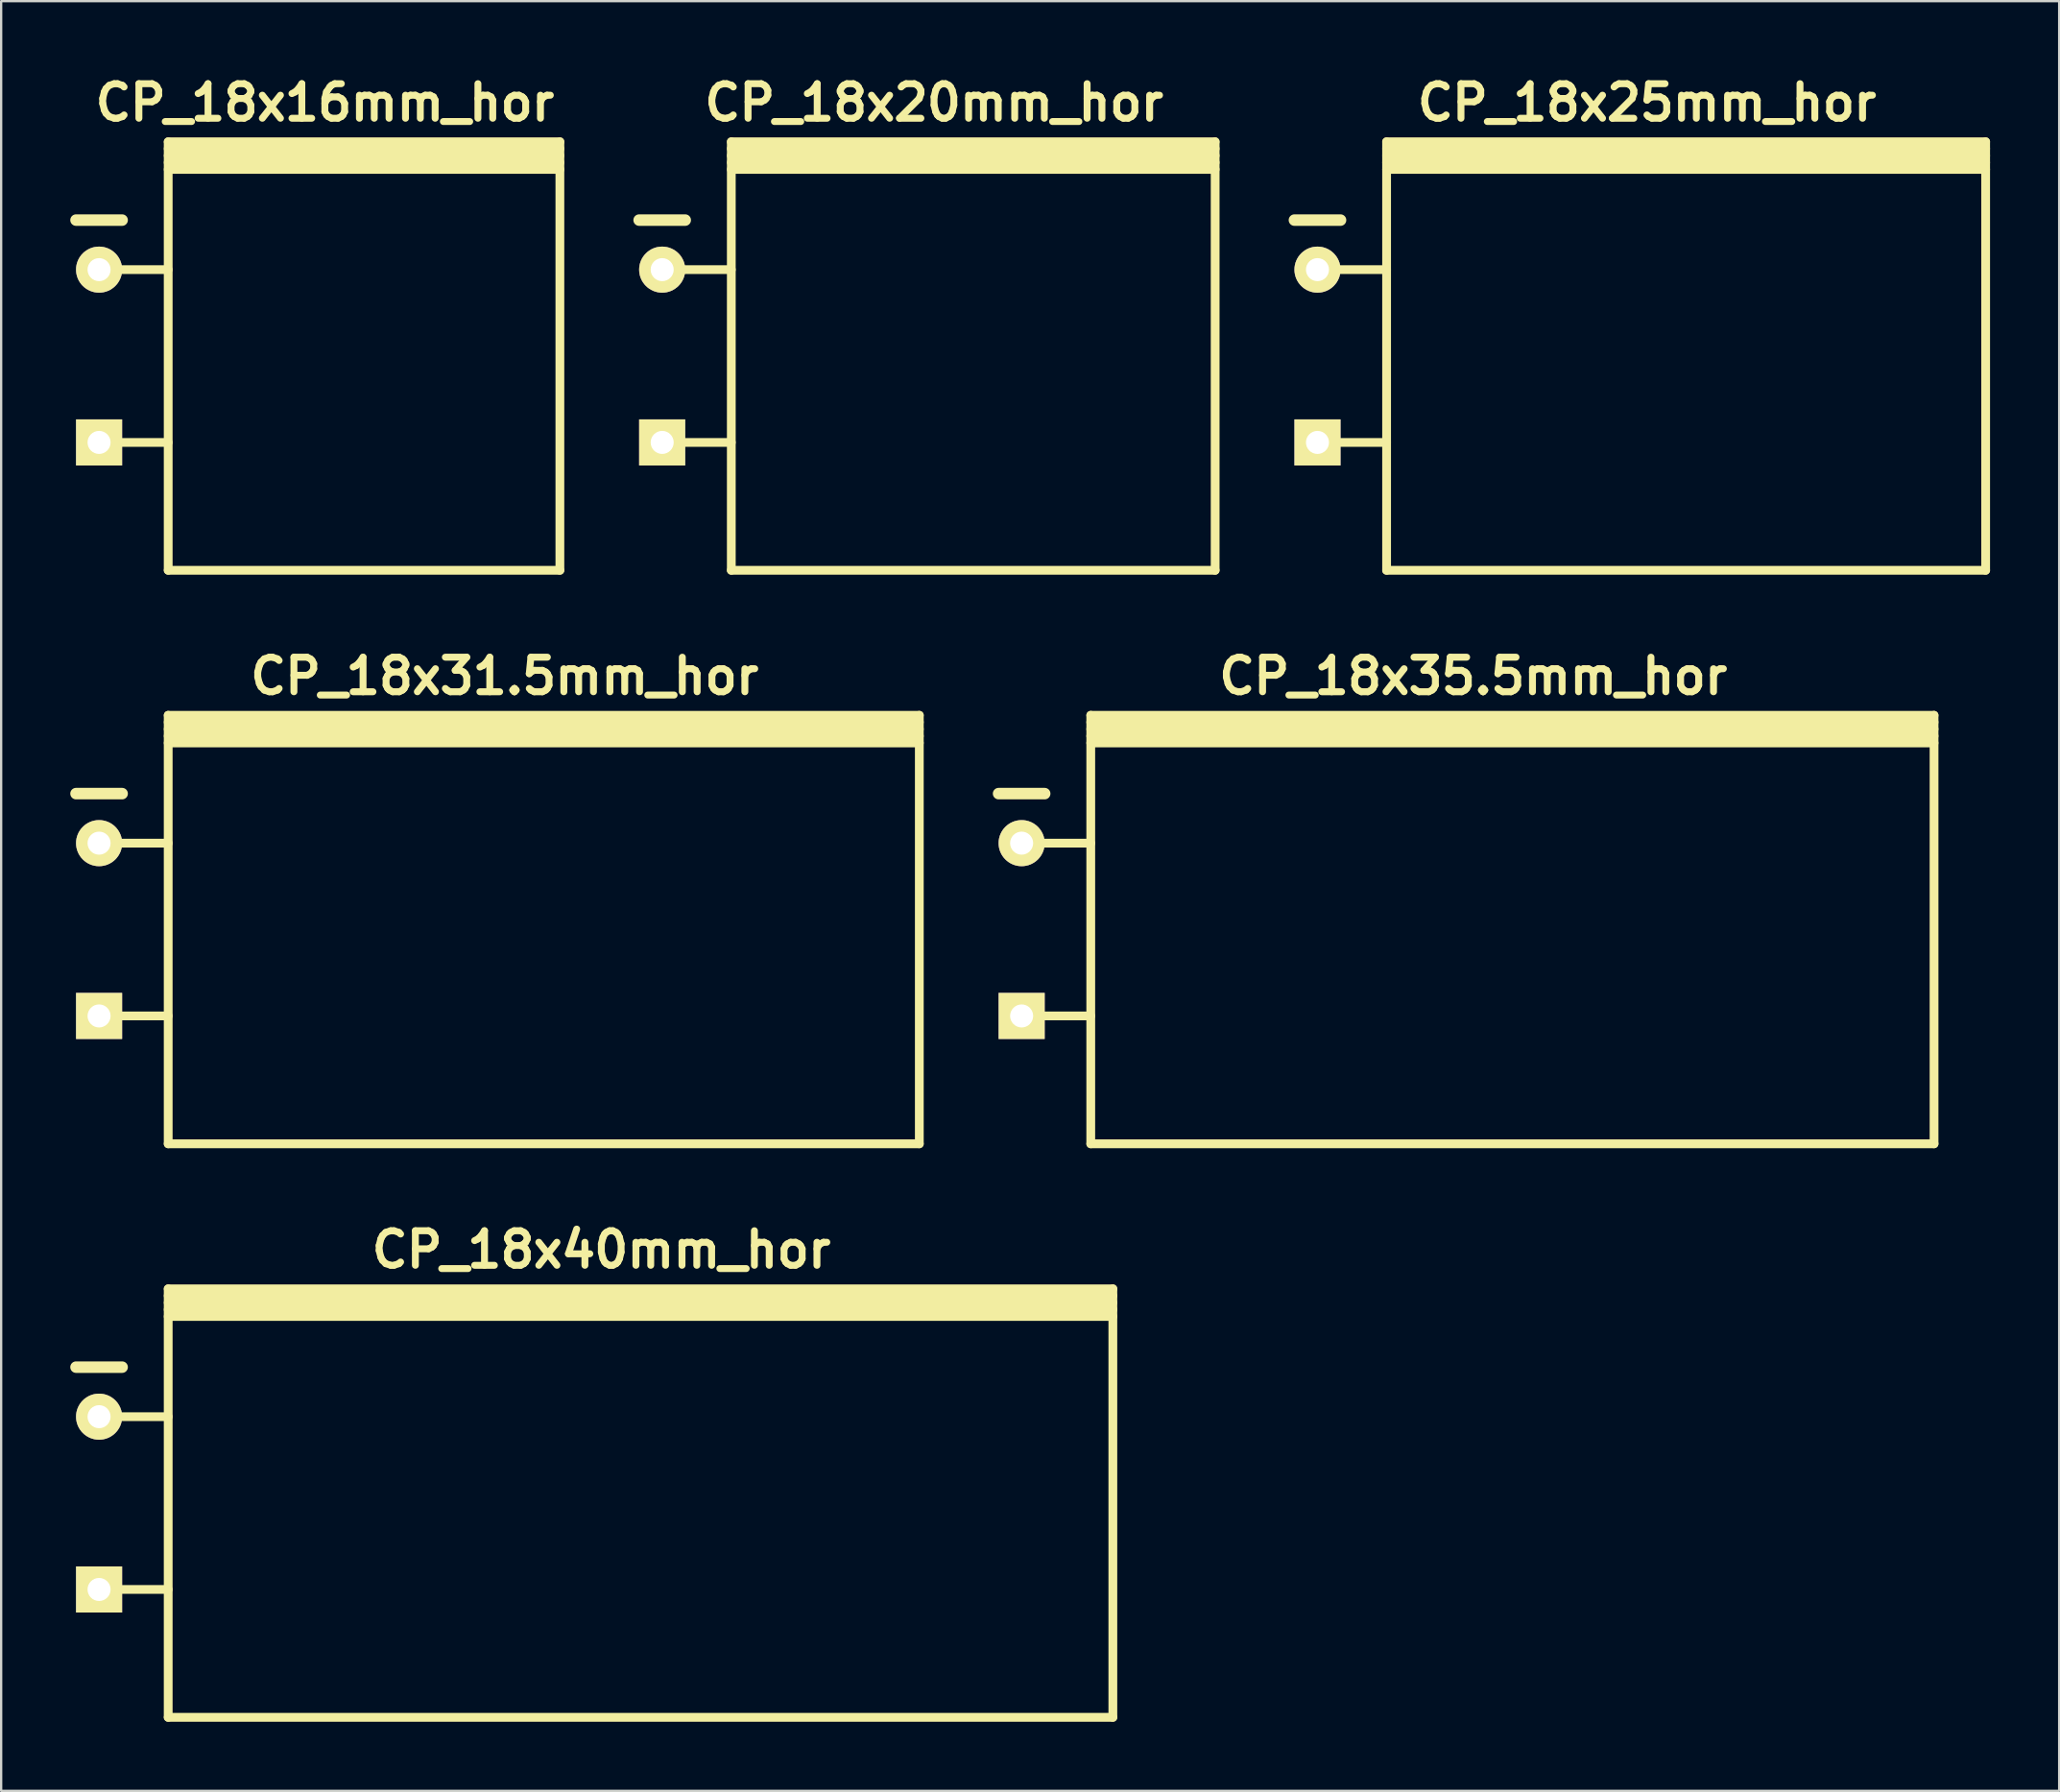
<source format=kicad_pcb>
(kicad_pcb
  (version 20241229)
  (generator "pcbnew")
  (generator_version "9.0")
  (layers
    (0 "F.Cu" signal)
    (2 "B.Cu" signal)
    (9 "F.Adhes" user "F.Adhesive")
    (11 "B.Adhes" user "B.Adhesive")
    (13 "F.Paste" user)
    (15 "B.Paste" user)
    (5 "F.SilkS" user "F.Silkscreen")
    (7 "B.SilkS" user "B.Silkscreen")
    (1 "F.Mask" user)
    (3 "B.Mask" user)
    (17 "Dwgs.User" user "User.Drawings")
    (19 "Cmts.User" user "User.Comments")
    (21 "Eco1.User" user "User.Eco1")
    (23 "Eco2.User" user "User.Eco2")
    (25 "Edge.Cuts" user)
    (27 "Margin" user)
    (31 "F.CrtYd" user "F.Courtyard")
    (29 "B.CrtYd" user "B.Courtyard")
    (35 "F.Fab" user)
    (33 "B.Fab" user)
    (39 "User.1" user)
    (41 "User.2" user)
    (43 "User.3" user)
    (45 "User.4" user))
  (footprint "CP_18x40mm_hor"
    (layer "F.Cu")
    (at 23.05 62.193)
    (property "Reference" "CP_18x40mm_hor" (at 0 -11 0) (layer "F.SilkS") (effects (font (size 1.5 1.5) (thickness 0.3))))
    (attr through_hole)
    (fp_line (start -22.8 -5.9) (end -20.8 -5.9) (stroke (width 0.5) (type solid)) (layer "F.SilkS"))
    (fp_line (start -21.8 -3.75) (end -18.8 -3.75) (stroke (width 0.381) (type solid)) (layer "F.SilkS"))
    (fp_line (start -21.8 3.75) (end -18.8 3.75) (stroke (width 0.381) (type solid)) (layer "F.SilkS"))
    (fp_line (start -18.8 -9) (end 22.2 -9) (stroke (width 0.381) (type solid)) (layer "F.SilkS"))
    (fp_line (start -18.8 -8.7) (end 22.2 -8.7) (stroke (width 0.381) (type solid)) (layer "F.SilkS"))
    (fp_line (start -18.8 -8.4) (end 22.2 -8.4) (stroke (width 0.381) (type solid)) (layer "F.SilkS"))
    (fp_line (start -18.8 -8.1) (end 22.2 -8.1) (stroke (width 0.381) (type solid)) (layer "F.SilkS"))
    (fp_line (start -18.8 9.3) (end -18.8 -9.3) (stroke (width 0.381) (type solid)) (layer "F.SilkS"))
    (fp_line (start 22.2 -9.3) (end -18.8 -9.3) (stroke (width 0.381) (type solid)) (layer "F.SilkS"))
    (fp_line (start 22.2 -9.3) (end 22.2 9.3) (stroke (width 0.381) (type solid)) (layer "F.SilkS"))
    (fp_line (start 22.2 9.3) (end -18.8 9.3) (stroke (width 0.381) (type solid)) (layer "F.SilkS"))
    (pad "1" thru_hole rect (at -21.8 3.75) (size 2 2) (drill 1) (layers "*.Cu" "*.Mask" "F.SilkS"))
    (pad "2" thru_hole circle (at -21.8 -3.75) (size 2 2) (drill 1) (layers "*.Cu" "*.Mask" "F.SilkS")))
  (footprint "CP_18x16mm_hor"
    (layer "F.Cu")
    (at 11.05 12.404)
    (property "Reference" "CP_18x16mm_hor" (at 0 -11 0) (layer "F.SilkS") (effects (font (size 1.5 1.5) (thickness 0.3))))
    (attr through_hole)
    (fp_line (start -10.8 -5.9) (end -8.8 -5.9) (stroke (width 0.5) (type solid)) (layer "F.SilkS"))
    (fp_line (start -9.8 -3.75) (end -6.8 -3.75) (stroke (width 0.381) (type solid)) (layer "F.SilkS"))
    (fp_line (start -9.8 3.75) (end -6.8 3.75) (stroke (width 0.381) (type solid)) (layer "F.SilkS"))
    (fp_line (start -6.8 -9) (end 10.2 -9) (stroke (width 0.381) (type solid)) (layer "F.SilkS"))
    (fp_line (start -6.8 -8.7) (end 10.2 -8.7) (stroke (width 0.381) (type solid)) (layer "F.SilkS"))
    (fp_line (start -6.8 -8.4) (end 10.2 -8.4) (stroke (width 0.381) (type solid)) (layer "F.SilkS"))
    (fp_line (start -6.8 -8.1) (end 10.2 -8.1) (stroke (width 0.381) (type solid)) (layer "F.SilkS"))
    (fp_line (start -6.8 9.3) (end -6.8 -9.3) (stroke (width 0.381) (type solid)) (layer "F.SilkS"))
    (fp_line (start 10.2 -9.3) (end -6.8 -9.3) (stroke (width 0.381) (type solid)) (layer "F.SilkS"))
    (fp_line (start 10.2 -9.3) (end 10.2 9.3) (stroke (width 0.381) (type solid)) (layer "F.SilkS"))
    (fp_line (start 10.2 9.3) (end -6.8 9.3) (stroke (width 0.381) (type solid)) (layer "F.SilkS"))
    (pad "1" thru_hole rect (at -9.8 3.75) (size 2 2) (drill 1) (layers "*.Cu" "*.Mask" "F.SilkS"))
    (pad "2" thru_hole circle (at -9.8 -3.75) (size 2 2) (drill 1) (layers "*.Cu" "*.Mask" "F.SilkS")))
  (footprint "CP_18x25mm_hor"
    (layer "F.Cu")
    (at 68.431 12.404)
    (property "Reference" "CP_18x25mm_hor" (at 0 -11 0) (layer "F.SilkS") (effects (font (size 1.5 1.5) (thickness 0.3))))
    (attr through_hole)
    (fp_line (start -15.3 -5.9) (end -13.3 -5.9) (stroke (width 0.5) (type solid)) (layer "F.SilkS"))
    (fp_line (start -14.3 -3.75) (end -11.3 -3.75) (stroke (width 0.381) (type solid)) (layer "F.SilkS"))
    (fp_line (start -14.3 3.75) (end -11.3 3.75) (stroke (width 0.381) (type solid)) (layer "F.SilkS"))
    (fp_line (start -11.3 -9) (end 14.7 -9) (stroke (width 0.381) (type solid)) (layer "F.SilkS"))
    (fp_line (start -11.3 -8.7) (end 14.7 -8.7) (stroke (width 0.381) (type solid)) (layer "F.SilkS"))
    (fp_line (start -11.3 -8.4) (end 14.7 -8.4) (stroke (width 0.381) (type solid)) (layer "F.SilkS"))
    (fp_line (start -11.3 -8.1) (end 14.7 -8.1) (stroke (width 0.381) (type solid)) (layer "F.SilkS"))
    (fp_line (start -11.3 9.3) (end -11.3 -9.3) (stroke (width 0.381) (type solid)) (layer "F.SilkS"))
    (fp_line (start 14.7 -9.3) (end -11.3 -9.3) (stroke (width 0.381) (type solid)) (layer "F.SilkS"))
    (fp_line (start 14.7 -9.3) (end 14.7 9.3) (stroke (width 0.381) (type solid)) (layer "F.SilkS"))
    (fp_line (start 14.7 9.3) (end -11.3 9.3) (stroke (width 0.381) (type solid)) (layer "F.SilkS"))
    (pad "1" thru_hole rect (at -14.3 3.75) (size 2 2) (drill 1) (layers "*.Cu" "*.Mask" "F.SilkS"))
    (pad "2" thru_hole circle (at -14.3 -3.75) (size 2 2) (drill 1) (layers "*.Cu" "*.Mask" "F.SilkS")))
  (footprint "CP_18x20mm_hor"
    (layer "F.Cu")
    (at 37.49 12.404)
    (property "Reference" "CP_18x20mm_hor" (at 0 -11 0) (layer "F.SilkS") (effects (font (size 1.5 1.5) (thickness 0.3))))
    (attr through_hole)
    (fp_line (start -12.8 -5.9) (end -10.8 -5.9) (stroke (width 0.5) (type solid)) (layer "F.SilkS"))
    (fp_line (start -11.8 -3.75) (end -8.8 -3.75) (stroke (width 0.381) (type solid)) (layer "F.SilkS"))
    (fp_line (start -11.8 3.75) (end -8.8 3.75) (stroke (width 0.381) (type solid)) (layer "F.SilkS"))
    (fp_line (start -8.8 -9) (end 12.2 -9) (stroke (width 0.381) (type solid)) (layer "F.SilkS"))
    (fp_line (start -8.8 -8.7) (end 12.2 -8.7) (stroke (width 0.381) (type solid)) (layer "F.SilkS"))
    (fp_line (start -8.8 -8.4) (end 12.2 -8.4) (stroke (width 0.381) (type solid)) (layer "F.SilkS"))
    (fp_line (start -8.8 -8.1) (end 12.2 -8.1) (stroke (width 0.381) (type solid)) (layer "F.SilkS"))
    (fp_line (start -8.8 9.3) (end -8.8 -9.3) (stroke (width 0.381) (type solid)) (layer "F.SilkS"))
    (fp_line (start 12.2 -9.3) (end -8.8 -9.3) (stroke (width 0.381) (type solid)) (layer "F.SilkS"))
    (fp_line (start 12.2 -9.3) (end 12.2 9.3) (stroke (width 0.381) (type solid)) (layer "F.SilkS"))
    (fp_line (start 12.2 9.3) (end -8.8 9.3) (stroke (width 0.381) (type solid)) (layer "F.SilkS"))
    (pad "1" thru_hole rect (at -11.8 3.75) (size 2 2) (drill 1) (layers "*.Cu" "*.Mask" "F.SilkS"))
    (pad "2" thru_hole circle (at -11.8 -3.75) (size 2 2) (drill 1) (layers "*.Cu" "*.Mask" "F.SilkS")))
  (footprint "CP_18x31.5mm_hor"
    (layer "F.Cu")
    (at 18.85 37.298)
    (property "Reference" "CP_18x31.5mm_hor" (at 0 -11 0) (layer "F.SilkS") (effects (font (size 1.5 1.5) (thickness 0.3))))
    (attr through_hole)
    (fp_line (start -18.6 -5.9) (end -16.6 -5.9) (stroke (width 0.5) (type solid)) (layer "F.SilkS"))
    (fp_line (start -17.6 -3.75) (end -14.6 -3.75) (stroke (width 0.381) (type solid)) (layer "F.SilkS"))
    (fp_line (start -17.6 3.75) (end -14.6 3.75) (stroke (width 0.381) (type solid)) (layer "F.SilkS"))
    (fp_line (start -14.6 -9) (end 18 -9) (stroke (width 0.381) (type solid)) (layer "F.SilkS"))
    (fp_line (start -14.6 -8.7) (end 18 -8.7) (stroke (width 0.381) (type solid)) (layer "F.SilkS"))
    (fp_line (start -14.6 -8.4) (end 18 -8.4) (stroke (width 0.381) (type solid)) (layer "F.SilkS"))
    (fp_line (start -14.6 -8.1) (end 18 -8.1) (stroke (width 0.381) (type solid)) (layer "F.SilkS"))
    (fp_line (start -14.6 9.3) (end -14.6 -9.3) (stroke (width 0.381) (type solid)) (layer "F.SilkS"))
    (fp_line (start 18 -9.3) (end -14.6 -9.3) (stroke (width 0.381) (type solid)) (layer "F.SilkS"))
    (fp_line (start 18 -9.3) (end 18 9.3) (stroke (width 0.381) (type solid)) (layer "F.SilkS"))
    (fp_line (start 18 9.3) (end -14.6 9.3) (stroke (width 0.381) (type solid)) (layer "F.SilkS"))
    (pad "1" thru_hole rect (at -17.6 3.75) (size 2 2) (drill 1) (layers "*.Cu" "*.Mask" "F.SilkS"))
    (pad "2" thru_hole circle (at -17.6 -3.75) (size 2 2) (drill 1) (layers "*.Cu" "*.Mask" "F.SilkS")))
  (footprint "CP_18x35.5mm_hor"
    (layer "F.Cu")
    (at 60.891 37.298)
    (property "Reference" "CP_18x35.5mm_hor" (at 0 -11 0) (layer "F.SilkS") (effects (font (size 1.5 1.5) (thickness 0.3))))
    (attr through_hole)
    (fp_line (start -20.6 -5.9) (end -18.6 -5.9) (stroke (width 0.5) (type solid)) (layer "F.SilkS"))
    (fp_line (start -19.6 -3.75) (end -16.6 -3.75) (stroke (width 0.381) (type solid)) (layer "F.SilkS"))
    (fp_line (start -19.6 3.75) (end -16.6 3.75) (stroke (width 0.381) (type solid)) (layer "F.SilkS"))
    (fp_line (start -16.6 -9) (end 20 -9) (stroke (width 0.381) (type solid)) (layer "F.SilkS"))
    (fp_line (start -16.6 -8.7) (end 20 -8.7) (stroke (width 0.381) (type solid)) (layer "F.SilkS"))
    (fp_line (start -16.6 -8.4) (end 20 -8.4) (stroke (width 0.381) (type solid)) (layer "F.SilkS"))
    (fp_line (start -16.6 -8.1) (end 20 -8.1) (stroke (width 0.381) (type solid)) (layer "F.SilkS"))
    (fp_line (start -16.6 9.3) (end -16.6 -9.3) (stroke (width 0.381) (type solid)) (layer "F.SilkS"))
    (fp_line (start 20 -9.3) (end -16.6 -9.3) (stroke (width 0.381) (type solid)) (layer "F.SilkS"))
    (fp_line (start 20 -9.3) (end 20 9.3) (stroke (width 0.381) (type solid)) (layer "F.SilkS"))
    (fp_line (start 20 9.3) (end -16.6 9.3) (stroke (width 0.381) (type solid)) (layer "F.SilkS"))
    (pad "1" thru_hole rect (at -19.6 3.75) (size 2 2) (drill 1) (layers "*.Cu" "*.Mask" "F.SilkS"))
    (pad "2" thru_hole circle (at -19.6 -3.75) (size 2 2) (drill 1) (layers "*.Cu" "*.Mask" "F.SilkS")))
  (gr_rect
    (start -3 -3)
    (end 86.322 74.683)
    (stroke (width 0.1) (type default))
    (fill no)
    (layer "Edge.Cuts")))
</source>
